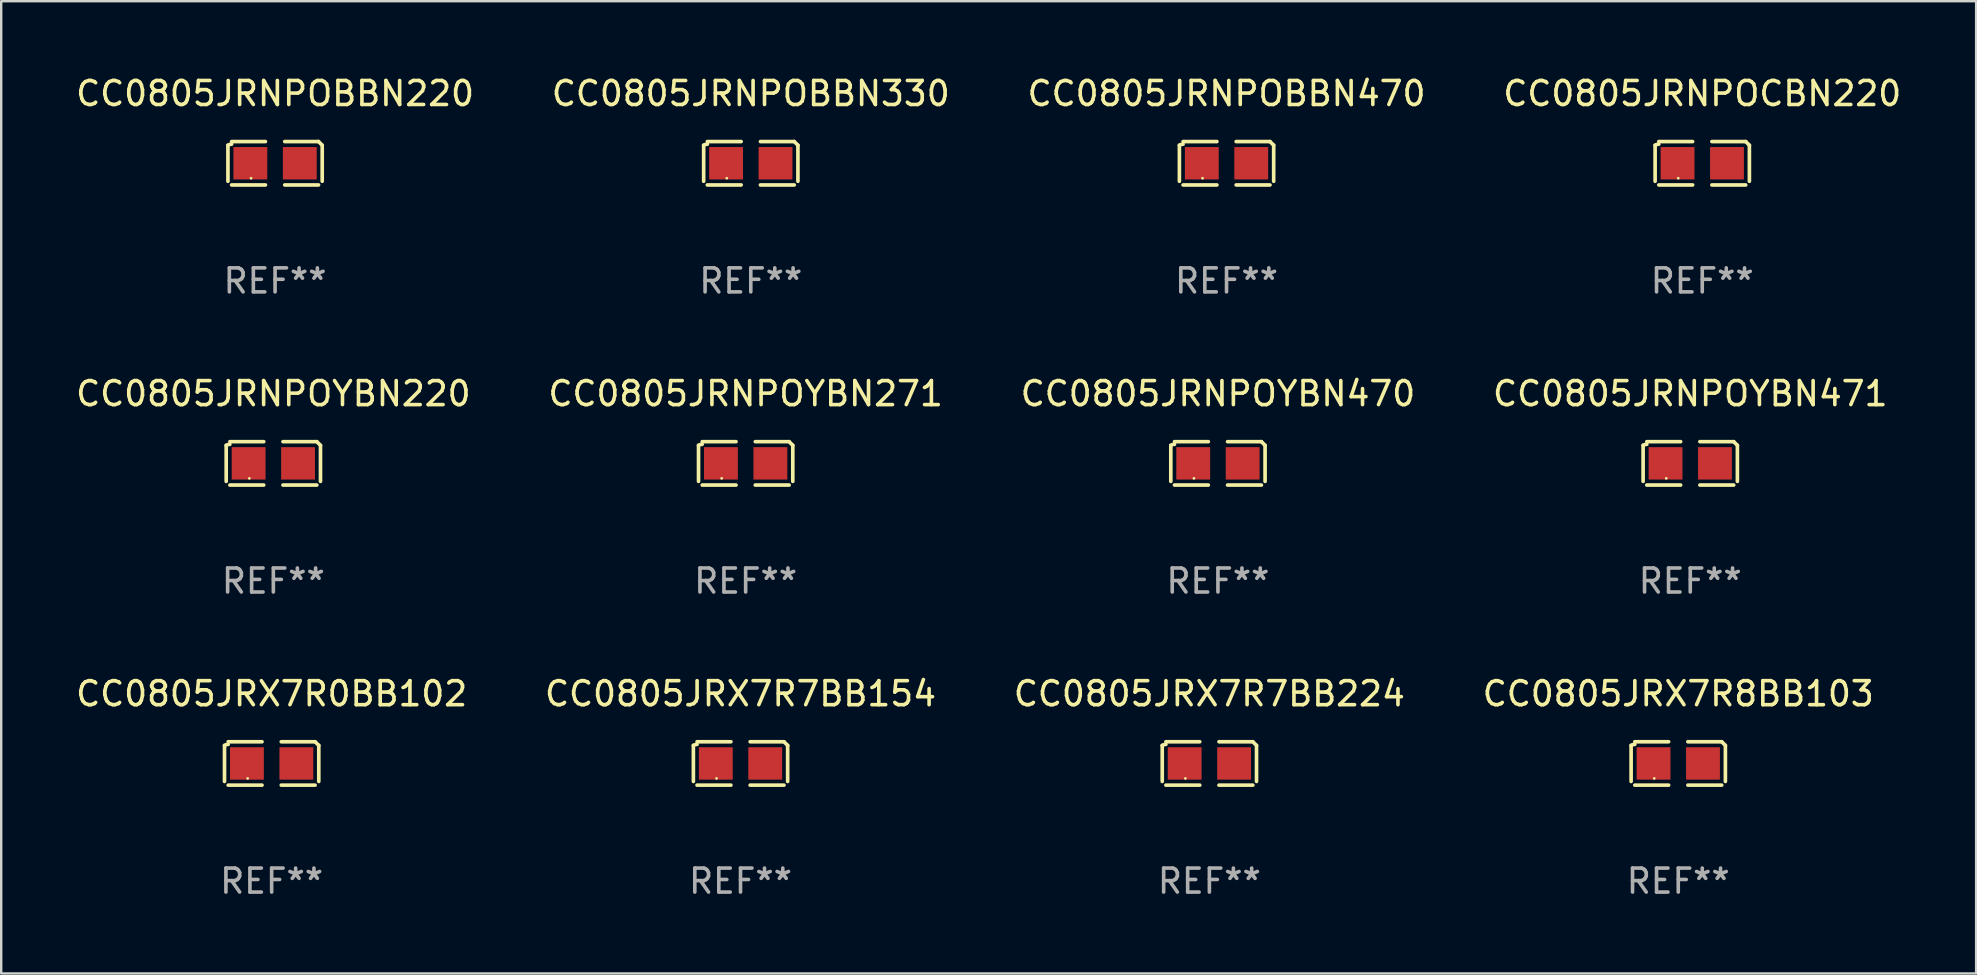
<source format=kicad_pcb>
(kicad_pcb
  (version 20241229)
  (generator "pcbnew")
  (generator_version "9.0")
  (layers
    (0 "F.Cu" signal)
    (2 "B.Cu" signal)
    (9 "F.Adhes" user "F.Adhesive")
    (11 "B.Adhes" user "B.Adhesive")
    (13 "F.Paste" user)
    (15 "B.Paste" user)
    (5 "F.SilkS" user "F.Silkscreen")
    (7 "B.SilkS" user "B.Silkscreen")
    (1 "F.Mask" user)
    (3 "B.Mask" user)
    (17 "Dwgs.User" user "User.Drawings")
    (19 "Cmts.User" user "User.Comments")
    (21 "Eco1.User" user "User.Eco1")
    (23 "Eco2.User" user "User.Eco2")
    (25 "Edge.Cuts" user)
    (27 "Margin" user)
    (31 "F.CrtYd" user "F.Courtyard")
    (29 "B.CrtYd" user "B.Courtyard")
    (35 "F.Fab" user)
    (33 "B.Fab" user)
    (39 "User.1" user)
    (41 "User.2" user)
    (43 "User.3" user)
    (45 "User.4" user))
  (footprint "CC0805JRX7R7BB224"
    (layer "F.Cu")
    (at 47.339 28.759)
    (property "Reference" "CC0805JRX7R7BB224" (at 0 -2.904 0) (layer "F.SilkS") (effects (font (size 1 1) (thickness 0.15))))
    (attr through_hole)
    (fp_line (start -1.964 0.751) (end -1.964 -0.751) (stroke (width 0.152) (type solid)) (layer "F.SilkS"))
    (fp_line (start -1.811 -0.904) (end -0.401 -0.904) (stroke (width 0.152) (type solid)) (layer "F.SilkS"))
    (fp_line (start -0.401 0.904) (end -1.811 0.904) (stroke (width 0.152) (type solid)) (layer "F.SilkS"))
    (fp_line (start 0.401 0.904) (end 1.811 0.904) (stroke (width 0.152) (type solid)) (layer "F.SilkS"))
    (fp_line (start 1.811 -0.904) (end 0.401 -0.904) (stroke (width 0.152) (type solid)) (layer "F.SilkS"))
    (fp_line (start 1.964 0.751) (end 1.964 -0.751) (stroke (width 0.152) (type solid)) (layer "F.SilkS"))
    (fp_arc (start -1.963602 -0.751207) (mid -1.890354 -0.783131) (end -1.811201 -0.794044) (stroke (width 0.1524) (type solid)) (layer "F.SilkS"))
    (fp_arc (start 1.811202 -0.903607) (mid 1.887413 -0.827418) (end 1.963602 -0.751207) (stroke (width 0.1524) (type solid)) (layer "F.SilkS"))
    (fp_circle (center -1 0.625) (end -0.97 0.625) (stroke (width 0.06) (type solid)) (fill no) (layer "F.SilkS"))
    (fp_text user "REF**" (at 0 4.904 0) (layer "F.Fab") (effects (font (size 1 1) (thickness 0.15))))
    (pad "1" smd rect (at -1.03 0) (size 1.41 1.35) (layers "F.Cu" "F.Mask" "F.Paste"))
    (pad "2" smd rect (at 1.03 0) (size 1.41 1.35) (layers "F.Cu" "F.Mask" "F.Paste")))
  (footprint "CC0805JRX7R8BB103"
    (layer "F.Cu")
    (at 66.875 28.759)
    (property "Reference" "CC0805JRX7R8BB103" (at 0 -2.904 0) (layer "F.SilkS") (effects (font (size 1 1) (thickness 0.15))))
    (attr through_hole)
    (fp_line (start -1.964 0.751) (end -1.964 -0.751) (stroke (width 0.152) (type solid)) (layer "F.SilkS"))
    (fp_line (start -1.811 -0.904) (end -0.401 -0.904) (stroke (width 0.152) (type solid)) (layer "F.SilkS"))
    (fp_line (start -0.401 0.904) (end -1.811 0.904) (stroke (width 0.152) (type solid)) (layer "F.SilkS"))
    (fp_line (start 0.401 0.904) (end 1.811 0.904) (stroke (width 0.152) (type solid)) (layer "F.SilkS"))
    (fp_line (start 1.811 -0.904) (end 0.401 -0.904) (stroke (width 0.152) (type solid)) (layer "F.SilkS"))
    (fp_line (start 1.964 0.751) (end 1.964 -0.751) (stroke (width 0.152) (type solid)) (layer "F.SilkS"))
    (fp_arc (start -1.963602 -0.751207) (mid -1.890354 -0.783131) (end -1.811201 -0.794044) (stroke (width 0.1524) (type solid)) (layer "F.SilkS"))
    (fp_arc (start 1.811202 -0.903607) (mid 1.887413 -0.827418) (end 1.963602 -0.751207) (stroke (width 0.1524) (type solid)) (layer "F.SilkS"))
    (fp_circle (center -1 0.625) (end -0.97 0.625) (stroke (width 0.06) (type solid)) (fill no) (layer "F.SilkS"))
    (fp_text user "REF**" (at 0 4.904 0) (layer "F.Fab") (effects (font (size 1 1) (thickness 0.15))))
    (pad "1" smd rect (at -1.03 0) (size 1.41 1.35) (layers "F.Cu" "F.Mask" "F.Paste"))
    (pad "2" smd rect (at 1.03 0) (size 1.41 1.35) (layers "F.Cu" "F.Mask" "F.Paste")))
  (footprint "CC0805JRNPOBBN330"
    (layer "F.Cu")
    (at 28.232 3.752)
    (property "Reference" "CC0805JRNPOBBN330" (at 0 -2.904 0) (layer "F.SilkS") (effects (font (size 1 1) (thickness 0.15))))
    (attr through_hole)
    (fp_line (start -1.964 0.751) (end -1.964 -0.751) (stroke (width 0.152) (type solid)) (layer "F.SilkS"))
    (fp_line (start -1.811 -0.904) (end -0.401 -0.904) (stroke (width 0.152) (type solid)) (layer "F.SilkS"))
    (fp_line (start -0.401 0.904) (end -1.811 0.904) (stroke (width 0.152) (type solid)) (layer "F.SilkS"))
    (fp_line (start 0.401 0.904) (end 1.811 0.904) (stroke (width 0.152) (type solid)) (layer "F.SilkS"))
    (fp_line (start 1.811 -0.904) (end 0.401 -0.904) (stroke (width 0.152) (type solid)) (layer "F.SilkS"))
    (fp_line (start 1.964 0.751) (end 1.964 -0.751) (stroke (width 0.152) (type solid)) (layer "F.SilkS"))
    (fp_arc (start -1.963602 -0.751207) (mid -1.890354 -0.783131) (end -1.811201 -0.794044) (stroke (width 0.1524) (type solid)) (layer "F.SilkS"))
    (fp_arc (start 1.811202 -0.903607) (mid 1.887413 -0.827418) (end 1.963602 -0.751207) (stroke (width 0.1524) (type solid)) (layer "F.SilkS"))
    (fp_circle (center -1 0.625) (end -0.97 0.625) (stroke (width 0.06) (type solid)) (fill no) (layer "F.SilkS"))
    (fp_text user "REF**" (at 0 4.904 0) (layer "F.Fab") (effects (font (size 1 1) (thickness 0.15))))
    (pad "1" smd rect (at -1.03 0) (size 1.41 1.35) (layers "F.Cu" "F.Mask" "F.Paste"))
    (pad "2" smd rect (at 1.03 0) (size 1.41 1.35) (layers "F.Cu" "F.Mask" "F.Paste")))
  (footprint "CC0805JRNPOBBN470"
    (layer "F.Cu")
    (at 48.054 3.752)
    (property "Reference" "CC0805JRNPOBBN470" (at 0 -2.904 0) (layer "F.SilkS") (effects (font (size 1 1) (thickness 0.15))))
    (attr through_hole)
    (fp_line (start -1.964 0.751) (end -1.964 -0.751) (stroke (width 0.152) (type solid)) (layer "F.SilkS"))
    (fp_line (start -1.811 -0.904) (end -0.401 -0.904) (stroke (width 0.152) (type solid)) (layer "F.SilkS"))
    (fp_line (start -0.401 0.904) (end -1.811 0.904) (stroke (width 0.152) (type solid)) (layer "F.SilkS"))
    (fp_line (start 0.401 0.904) (end 1.811 0.904) (stroke (width 0.152) (type solid)) (layer "F.SilkS"))
    (fp_line (start 1.811 -0.904) (end 0.401 -0.904) (stroke (width 0.152) (type solid)) (layer "F.SilkS"))
    (fp_line (start 1.964 0.751) (end 1.964 -0.751) (stroke (width 0.152) (type solid)) (layer "F.SilkS"))
    (fp_arc (start -1.963602 -0.751207) (mid -1.890354 -0.783131) (end -1.811201 -0.794044) (stroke (width 0.1524) (type solid)) (layer "F.SilkS"))
    (fp_arc (start 1.811202 -0.903607) (mid 1.887413 -0.827418) (end 1.963602 -0.751207) (stroke (width 0.1524) (type solid)) (layer "F.SilkS"))
    (fp_circle (center -1 0.625) (end -0.97 0.625) (stroke (width 0.06) (type solid)) (fill no) (layer "F.SilkS"))
    (fp_text user "REF**" (at 0 4.904 0) (layer "F.Fab") (effects (font (size 1 1) (thickness 0.15))))
    (pad "1" smd rect (at -1.03 0) (size 1.41 1.35) (layers "F.Cu" "F.Mask" "F.Paste"))
    (pad "2" smd rect (at 1.03 0) (size 1.41 1.35) (layers "F.Cu" "F.Mask" "F.Paste")))
  (footprint "CC0805JRNPOYBN220"
    (layer "F.Cu")
    (at 8.339 16.256)
    (property "Reference" "CC0805JRNPOYBN220" (at 0 -2.904 0) (layer "F.SilkS") (effects (font (size 1 1) (thickness 0.15))))
    (attr through_hole)
    (fp_line (start -1.964 0.751) (end -1.964 -0.751) (stroke (width 0.152) (type solid)) (layer "F.SilkS"))
    (fp_line (start -1.811 -0.904) (end -0.401 -0.904) (stroke (width 0.152) (type solid)) (layer "F.SilkS"))
    (fp_line (start -0.401 0.904) (end -1.811 0.904) (stroke (width 0.152) (type solid)) (layer "F.SilkS"))
    (fp_line (start 0.401 0.904) (end 1.811 0.904) (stroke (width 0.152) (type solid)) (layer "F.SilkS"))
    (fp_line (start 1.811 -0.904) (end 0.401 -0.904) (stroke (width 0.152) (type solid)) (layer "F.SilkS"))
    (fp_line (start 1.964 0.751) (end 1.964 -0.751) (stroke (width 0.152) (type solid)) (layer "F.SilkS"))
    (fp_arc (start -1.963602 -0.751207) (mid -1.890354 -0.783131) (end -1.811201 -0.794044) (stroke (width 0.1524) (type solid)) (layer "F.SilkS"))
    (fp_arc (start 1.811202 -0.903607) (mid 1.887413 -0.827418) (end 1.963602 -0.751207) (stroke (width 0.1524) (type solid)) (layer "F.SilkS"))
    (fp_circle (center -1 0.625) (end -0.97 0.625) (stroke (width 0.06) (type solid)) (fill no) (layer "F.SilkS"))
    (fp_text user "REF**" (at 0 4.904 0) (layer "F.Fab") (effects (font (size 1 1) (thickness 0.15))))
    (pad "1" smd rect (at -1.03 0) (size 1.41 1.35) (layers "F.Cu" "F.Mask" "F.Paste"))
    (pad "2" smd rect (at 1.03 0) (size 1.41 1.35) (layers "F.Cu" "F.Mask" "F.Paste")))
  (footprint "CC0805JRNPOYBN471"
    (layer "F.Cu")
    (at 67.375 16.256)
    (property "Reference" "CC0805JRNPOYBN471" (at 0 -2.904 0) (layer "F.SilkS") (effects (font (size 1 1) (thickness 0.15))))
    (attr through_hole)
    (fp_line (start -1.964 0.751) (end -1.964 -0.751) (stroke (width 0.152) (type solid)) (layer "F.SilkS"))
    (fp_line (start -1.811 -0.904) (end -0.401 -0.904) (stroke (width 0.152) (type solid)) (layer "F.SilkS"))
    (fp_line (start -0.401 0.904) (end -1.811 0.904) (stroke (width 0.152) (type solid)) (layer "F.SilkS"))
    (fp_line (start 0.401 0.904) (end 1.811 0.904) (stroke (width 0.152) (type solid)) (layer "F.SilkS"))
    (fp_line (start 1.811 -0.904) (end 0.401 -0.904) (stroke (width 0.152) (type solid)) (layer "F.SilkS"))
    (fp_line (start 1.964 0.751) (end 1.964 -0.751) (stroke (width 0.152) (type solid)) (layer "F.SilkS"))
    (fp_arc (start -1.963602 -0.751207) (mid -1.890354 -0.783131) (end -1.811201 -0.794044) (stroke (width 0.1524) (type solid)) (layer "F.SilkS"))
    (fp_arc (start 1.811202 -0.903607) (mid 1.887413 -0.827418) (end 1.963602 -0.751207) (stroke (width 0.1524) (type solid)) (layer "F.SilkS"))
    (fp_circle (center -1 0.625) (end -0.97 0.625) (stroke (width 0.06) (type solid)) (fill no) (layer "F.SilkS"))
    (fp_text user "REF**" (at 0 4.904 0) (layer "F.Fab") (effects (font (size 1 1) (thickness 0.15))))
    (pad "1" smd rect (at -1.03 0) (size 1.41 1.35) (layers "F.Cu" "F.Mask" "F.Paste"))
    (pad "2" smd rect (at 1.03 0) (size 1.41 1.35) (layers "F.Cu" "F.Mask" "F.Paste")))
  (footprint "CC0805JRNPOCBN220"
    (layer "F.Cu")
    (at 67.875 3.752)
    (property "Reference" "CC0805JRNPOCBN220" (at 0 -2.904 0) (layer "F.SilkS") (effects (font (size 1 1) (thickness 0.15))))
    (attr through_hole)
    (fp_line (start -1.964 0.751) (end -1.964 -0.751) (stroke (width 0.152) (type solid)) (layer "F.SilkS"))
    (fp_line (start -1.811 -0.904) (end -0.401 -0.904) (stroke (width 0.152) (type solid)) (layer "F.SilkS"))
    (fp_line (start -0.401 0.904) (end -1.811 0.904) (stroke (width 0.152) (type solid)) (layer "F.SilkS"))
    (fp_line (start 0.401 0.904) (end 1.811 0.904) (stroke (width 0.152) (type solid)) (layer "F.SilkS"))
    (fp_line (start 1.811 -0.904) (end 0.401 -0.904) (stroke (width 0.152) (type solid)) (layer "F.SilkS"))
    (fp_line (start 1.964 0.751) (end 1.964 -0.751) (stroke (width 0.152) (type solid)) (layer "F.SilkS"))
    (fp_arc (start -1.963602 -0.751207) (mid -1.890354 -0.783131) (end -1.811201 -0.794044) (stroke (width 0.1524) (type solid)) (layer "F.SilkS"))
    (fp_arc (start 1.811202 -0.903607) (mid 1.887413 -0.827418) (end 1.963602 -0.751207) (stroke (width 0.1524) (type solid)) (layer "F.SilkS"))
    (fp_circle (center -1 0.625) (end -0.97 0.625) (stroke (width 0.06) (type solid)) (fill no) (layer "F.SilkS"))
    (fp_text user "REF**" (at 0 4.904 0) (layer "F.Fab") (effects (font (size 1 1) (thickness 0.15))))
    (pad "1" smd rect (at -1.03 0) (size 1.41 1.35) (layers "F.Cu" "F.Mask" "F.Paste"))
    (pad "2" smd rect (at 1.03 0) (size 1.41 1.35) (layers "F.Cu" "F.Mask" "F.Paste")))
  (footprint "CC0805JRNPOBBN220"
    (layer "F.Cu")
    (at 8.411 3.752)
    (property "Reference" "CC0805JRNPOBBN220" (at 0 -2.904 0) (layer "F.SilkS") (effects (font (size 1 1) (thickness 0.15))))
    (attr through_hole)
    (fp_line (start -1.964 0.751) (end -1.964 -0.751) (stroke (width 0.152) (type solid)) (layer "F.SilkS"))
    (fp_line (start -1.811 -0.904) (end -0.401 -0.904) (stroke (width 0.152) (type solid)) (layer "F.SilkS"))
    (fp_line (start -0.401 0.904) (end -1.811 0.904) (stroke (width 0.152) (type solid)) (layer "F.SilkS"))
    (fp_line (start 0.401 0.904) (end 1.811 0.904) (stroke (width 0.152) (type solid)) (layer "F.SilkS"))
    (fp_line (start 1.811 -0.904) (end 0.401 -0.904) (stroke (width 0.152) (type solid)) (layer "F.SilkS"))
    (fp_line (start 1.964 0.751) (end 1.964 -0.751) (stroke (width 0.152) (type solid)) (layer "F.SilkS"))
    (fp_arc (start -1.963602 -0.751207) (mid -1.890354 -0.783131) (end -1.811201 -0.794044) (stroke (width 0.1524) (type solid)) (layer "F.SilkS"))
    (fp_arc (start 1.811202 -0.903607) (mid 1.887413 -0.827418) (end 1.963602 -0.751207) (stroke (width 0.1524) (type solid)) (layer "F.SilkS"))
    (fp_circle (center -1 0.625) (end -0.97 0.625) (stroke (width 0.06) (type solid)) (fill no) (layer "F.SilkS"))
    (fp_text user "REF**" (at 0 4.904 0) (layer "F.Fab") (effects (font (size 1 1) (thickness 0.15))))
    (pad "1" smd rect (at -1.03 0) (size 1.41 1.35) (layers "F.Cu" "F.Mask" "F.Paste"))
    (pad "2" smd rect (at 1.03 0) (size 1.41 1.35) (layers "F.Cu" "F.Mask" "F.Paste")))
  (footprint "CC0805JRX7R0BB102"
    (layer "F.Cu")
    (at 8.268 28.759)
    (property "Reference" "CC0805JRX7R0BB102" (at 0 -2.904 0) (layer "F.SilkS") (effects (font (size 1 1) (thickness 0.15))))
    (attr through_hole)
    (fp_line (start -1.964 0.751) (end -1.964 -0.751) (stroke (width 0.152) (type solid)) (layer "F.SilkS"))
    (fp_line (start -1.811 -0.904) (end -0.401 -0.904) (stroke (width 0.152) (type solid)) (layer "F.SilkS"))
    (fp_line (start -0.401 0.904) (end -1.811 0.904) (stroke (width 0.152) (type solid)) (layer "F.SilkS"))
    (fp_line (start 0.401 0.904) (end 1.811 0.904) (stroke (width 0.152) (type solid)) (layer "F.SilkS"))
    (fp_line (start 1.811 -0.904) (end 0.401 -0.904) (stroke (width 0.152) (type solid)) (layer "F.SilkS"))
    (fp_line (start 1.964 0.751) (end 1.964 -0.751) (stroke (width 0.152) (type solid)) (layer "F.SilkS"))
    (fp_arc (start -1.963602 -0.751207) (mid -1.890354 -0.783131) (end -1.811201 -0.794044) (stroke (width 0.1524) (type solid)) (layer "F.SilkS"))
    (fp_arc (start 1.811202 -0.903607) (mid 1.887413 -0.827418) (end 1.963602 -0.751207) (stroke (width 0.1524) (type solid)) (layer "F.SilkS"))
    (fp_circle (center -1 0.625) (end -0.97 0.625) (stroke (width 0.06) (type solid)) (fill no) (layer "F.SilkS"))
    (fp_text user "REF**" (at 0 4.904 0) (layer "F.Fab") (effects (font (size 1 1) (thickness 0.15))))
    (pad "1" smd rect (at -1.03 0) (size 1.41 1.35) (layers "F.Cu" "F.Mask" "F.Paste"))
    (pad "2" smd rect (at 1.03 0) (size 1.41 1.35) (layers "F.Cu" "F.Mask" "F.Paste")))
  (footprint "CC0805JRX7R7BB154"
    (layer "F.Cu")
    (at 27.804 28.759)
    (property "Reference" "CC0805JRX7R7BB154" (at 0 -2.904 0) (layer "F.SilkS") (effects (font (size 1 1) (thickness 0.15))))
    (attr through_hole)
    (fp_line (start -1.964 0.751) (end -1.964 -0.751) (stroke (width 0.152) (type solid)) (layer "F.SilkS"))
    (fp_line (start -1.811 -0.904) (end -0.401 -0.904) (stroke (width 0.152) (type solid)) (layer "F.SilkS"))
    (fp_line (start -0.401 0.904) (end -1.811 0.904) (stroke (width 0.152) (type solid)) (layer "F.SilkS"))
    (fp_line (start 0.401 0.904) (end 1.811 0.904) (stroke (width 0.152) (type solid)) (layer "F.SilkS"))
    (fp_line (start 1.811 -0.904) (end 0.401 -0.904) (stroke (width 0.152) (type solid)) (layer "F.SilkS"))
    (fp_line (start 1.964 0.751) (end 1.964 -0.751) (stroke (width 0.152) (type solid)) (layer "F.SilkS"))
    (fp_arc (start -1.963602 -0.751207) (mid -1.890354 -0.783131) (end -1.811201 -0.794044) (stroke (width 0.1524) (type solid)) (layer "F.SilkS"))
    (fp_arc (start 1.811202 -0.903607) (mid 1.887413 -0.827418) (end 1.963602 -0.751207) (stroke (width 0.1524) (type solid)) (layer "F.SilkS"))
    (fp_circle (center -1 0.625) (end -0.97 0.625) (stroke (width 0.06) (type solid)) (fill no) (layer "F.SilkS"))
    (fp_text user "REF**" (at 0 4.904 0) (layer "F.Fab") (effects (font (size 1 1) (thickness 0.15))))
    (pad "1" smd rect (at -1.03 0) (size 1.41 1.35) (layers "F.Cu" "F.Mask" "F.Paste"))
    (pad "2" smd rect (at 1.03 0) (size 1.41 1.35) (layers "F.Cu" "F.Mask" "F.Paste")))
  (footprint "CC0805JRNPOYBN470"
    (layer "F.Cu")
    (at 47.696 16.256)
    (property "Reference" "CC0805JRNPOYBN470" (at 0 -2.904 0) (layer "F.SilkS") (effects (font (size 1 1) (thickness 0.15))))
    (attr through_hole)
    (fp_line (start -1.964 0.751) (end -1.964 -0.751) (stroke (width 0.152) (type solid)) (layer "F.SilkS"))
    (fp_line (start -1.811 -0.904) (end -0.401 -0.904) (stroke (width 0.152) (type solid)) (layer "F.SilkS"))
    (fp_line (start -0.401 0.904) (end -1.811 0.904) (stroke (width 0.152) (type solid)) (layer "F.SilkS"))
    (fp_line (start 0.401 0.904) (end 1.811 0.904) (stroke (width 0.152) (type solid)) (layer "F.SilkS"))
    (fp_line (start 1.811 -0.904) (end 0.401 -0.904) (stroke (width 0.152) (type solid)) (layer "F.SilkS"))
    (fp_line (start 1.964 0.751) (end 1.964 -0.751) (stroke (width 0.152) (type solid)) (layer "F.SilkS"))
    (fp_arc (start -1.963602 -0.751207) (mid -1.890354 -0.783131) (end -1.811201 -0.794044) (stroke (width 0.1524) (type solid)) (layer "F.SilkS"))
    (fp_arc (start 1.811202 -0.903607) (mid 1.887413 -0.827418) (end 1.963602 -0.751207) (stroke (width 0.1524) (type solid)) (layer "F.SilkS"))
    (fp_circle (center -1 0.625) (end -0.97 0.625) (stroke (width 0.06) (type solid)) (fill no) (layer "F.SilkS"))
    (fp_text user "REF**" (at 0 4.904 0) (layer "F.Fab") (effects (font (size 1 1) (thickness 0.15))))
    (pad "1" smd rect (at -1.03 0) (size 1.41 1.35) (layers "F.Cu" "F.Mask" "F.Paste"))
    (pad "2" smd rect (at 1.03 0) (size 1.41 1.35) (layers "F.Cu" "F.Mask" "F.Paste")))
  (footprint "CC0805JRNPOYBN271"
    (layer "F.Cu")
    (at 28.018 16.256)
    (property "Reference" "CC0805JRNPOYBN271" (at 0 -2.904 0) (layer "F.SilkS") (effects (font (size 1 1) (thickness 0.15))))
    (attr through_hole)
    (fp_line (start -1.964 0.751) (end -1.964 -0.751) (stroke (width 0.152) (type solid)) (layer "F.SilkS"))
    (fp_line (start -1.811 -0.904) (end -0.401 -0.904) (stroke (width 0.152) (type solid)) (layer "F.SilkS"))
    (fp_line (start -0.401 0.904) (end -1.811 0.904) (stroke (width 0.152) (type solid)) (layer "F.SilkS"))
    (fp_line (start 0.401 0.904) (end 1.811 0.904) (stroke (width 0.152) (type solid)) (layer "F.SilkS"))
    (fp_line (start 1.811 -0.904) (end 0.401 -0.904) (stroke (width 0.152) (type solid)) (layer "F.SilkS"))
    (fp_line (start 1.964 0.751) (end 1.964 -0.751) (stroke (width 0.152) (type solid)) (layer "F.SilkS"))
    (fp_arc (start -1.963602 -0.751207) (mid -1.890354 -0.783131) (end -1.811201 -0.794044) (stroke (width 0.1524) (type solid)) (layer "F.SilkS"))
    (fp_arc (start 1.811202 -0.903607) (mid 1.887413 -0.827418) (end 1.963602 -0.751207) (stroke (width 0.1524) (type solid)) (layer "F.SilkS"))
    (fp_circle (center -1 0.625) (end -0.97 0.625) (stroke (width 0.06) (type solid)) (fill no) (layer "F.SilkS"))
    (fp_text user "REF**" (at 0 4.904 0) (layer "F.Fab") (effects (font (size 1 1) (thickness 0.15))))
    (pad "1" smd rect (at -1.03 0) (size 1.41 1.35) (layers "F.Cu" "F.Mask" "F.Paste"))
    (pad "2" smd rect (at 1.03 0) (size 1.41 1.35) (layers "F.Cu" "F.Mask" "F.Paste")))
  (gr_rect
    (start -3 -3)
    (end 79.286 37.511)
    (stroke (width 0.1) (type default))
    (fill no)
    (layer "Edge.Cuts")))
</source>
